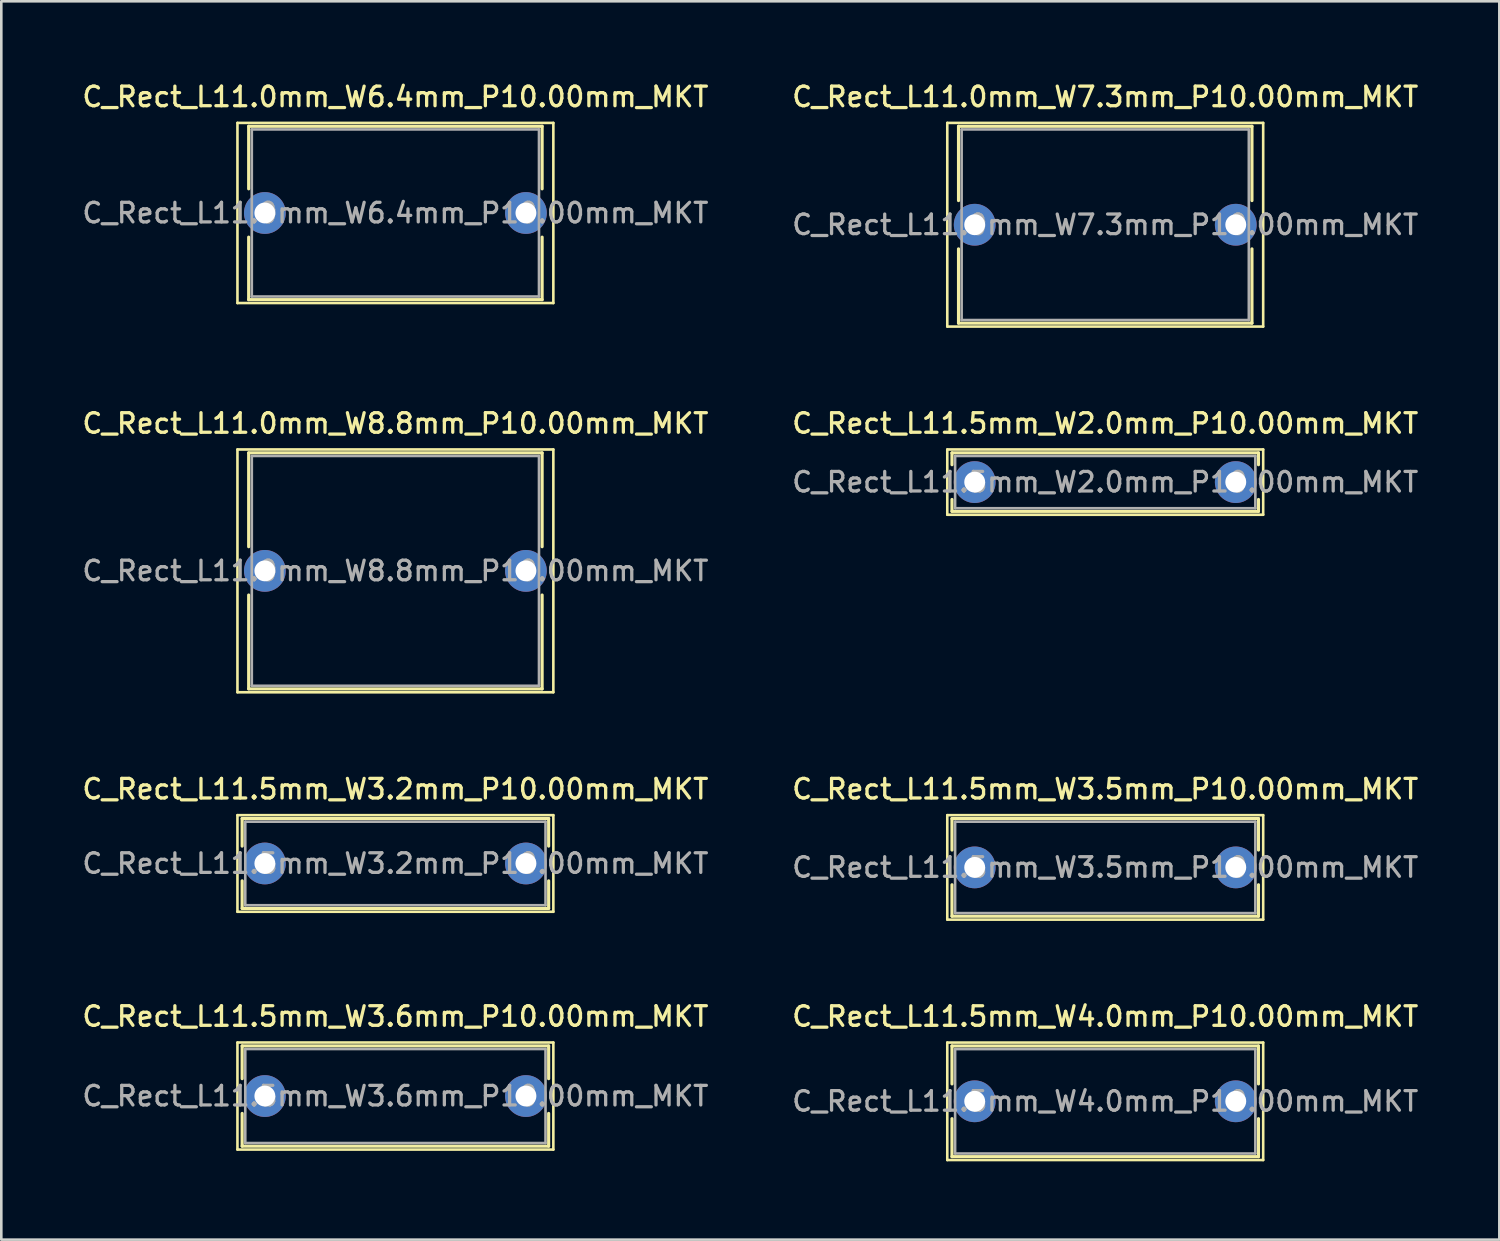
<source format=kicad_pcb>
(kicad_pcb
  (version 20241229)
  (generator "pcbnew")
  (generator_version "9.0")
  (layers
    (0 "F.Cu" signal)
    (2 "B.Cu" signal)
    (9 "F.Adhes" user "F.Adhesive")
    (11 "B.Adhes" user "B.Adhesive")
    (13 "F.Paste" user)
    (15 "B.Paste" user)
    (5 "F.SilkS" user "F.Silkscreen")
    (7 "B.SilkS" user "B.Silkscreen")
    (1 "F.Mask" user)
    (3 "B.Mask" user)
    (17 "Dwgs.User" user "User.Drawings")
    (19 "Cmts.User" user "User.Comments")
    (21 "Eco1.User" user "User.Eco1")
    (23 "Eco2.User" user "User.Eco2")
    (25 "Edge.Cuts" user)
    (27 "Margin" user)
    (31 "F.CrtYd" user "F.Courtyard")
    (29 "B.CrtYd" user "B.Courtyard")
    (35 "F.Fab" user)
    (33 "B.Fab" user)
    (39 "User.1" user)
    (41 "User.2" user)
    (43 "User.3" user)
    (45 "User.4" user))
  (footprint "C_Rect_L11.5mm_W4.0mm_P10.00mm_MKT"
    (layer "F.Cu")
    (at 34.284 39.133)
    (property "Reference" "C_Rect_L11.5mm_W4.0mm_P10.00mm_MKT" (at 5 -3.25 0) (layer "F.SilkS") (effects (font (size 0.75 0.75) (thickness 0.125))))
    (attr through_hole)
    (fp_line (start -1.05 -2.25) (end -1.05 2.25) (stroke (width 0.1) (type solid)) (layer "F.SilkS"))
    (fp_line (start -1.05 2.25) (end 11.05 2.25) (stroke (width 0.1) (type solid)) (layer "F.SilkS"))
    (fp_line (start -0.87 -2.12) (end -0.87 -0.665) (stroke (width 0.12) (type solid)) (layer "F.SilkS"))
    (fp_line (start -0.87 -2.12) (end 10.87 -2.12) (stroke (width 0.12) (type solid)) (layer "F.SilkS"))
    (fp_line (start -0.87 0.665) (end -0.87 2.12) (stroke (width 0.12) (type solid)) (layer "F.SilkS"))
    (fp_line (start -0.87 2.12) (end 10.87 2.12) (stroke (width 0.12) (type solid)) (layer "F.SilkS"))
    (fp_line (start 10.87 -2.12) (end 10.87 -0.665) (stroke (width 0.12) (type solid)) (layer "F.SilkS"))
    (fp_line (start 10.87 0.665) (end 10.87 2.12) (stroke (width 0.12) (type solid)) (layer "F.SilkS"))
    (fp_line (start 11.05 -2.25) (end -1.05 -2.25) (stroke (width 0.1) (type solid)) (layer "F.SilkS"))
    (fp_line (start 11.05 2.25) (end 11.05 -2.25) (stroke (width 0.1) (type solid)) (layer "F.SilkS"))
    (fp_line (start -0.75 -2) (end -0.75 2) (stroke (width 0.1) (type solid)) (layer "F.Fab"))
    (fp_line (start -0.75 2) (end 10.75 2) (stroke (width 0.1) (type solid)) (layer "F.Fab"))
    (fp_line (start 10.75 -2) (end -0.75 -2) (stroke (width 0.1) (type solid)) (layer "F.Fab"))
    (fp_line (start 10.75 2) (end 10.75 -2) (stroke (width 0.1) (type solid)) (layer "F.Fab"))
    (fp_text user "${REFERENCE}" (at 5 0 0) (layer "F.Fab") (effects (font (size 0.75 0.75) (thickness 0.125))))
    (pad "1" thru_hole circle (at 0 0) (size 1.6 1.6) (drill 0.8) (layers "*.Cu" "*.Mask"))
    (pad "2" thru_hole circle (at 10 0) (size 1.6 1.6) (drill 0.8) (layers "*.Cu" "*.Mask")))
  (footprint "C_Rect_L11.0mm_W7.3mm_P10.00mm_MKT"
    (layer "F.Cu")
    (at 34.284 5.558)
    (property "Reference" "C_Rect_L11.0mm_W7.3mm_P10.00mm_MKT" (at 5 -4.9 0) (layer "F.SilkS") (effects (font (size 0.75 0.75) (thickness 0.125))))
    (attr through_hole)
    (fp_line (start -1.05 -3.9) (end -1.05 3.9) (stroke (width 0.1) (type solid)) (layer "F.SilkS"))
    (fp_line (start -1.05 3.9) (end 11.05 3.9) (stroke (width 0.1) (type solid)) (layer "F.SilkS"))
    (fp_line (start -0.62 -3.77) (end -0.62 -0.925) (stroke (width 0.12) (type solid)) (layer "F.SilkS"))
    (fp_line (start -0.62 -3.77) (end 10.62 -3.77) (stroke (width 0.12) (type solid)) (layer "F.SilkS"))
    (fp_line (start -0.62 0.925) (end -0.62 3.77) (stroke (width 0.12) (type solid)) (layer "F.SilkS"))
    (fp_line (start -0.62 3.77) (end 10.62 3.77) (stroke (width 0.12) (type solid)) (layer "F.SilkS"))
    (fp_line (start 10.62 -3.77) (end 10.62 -0.925) (stroke (width 0.12) (type solid)) (layer "F.SilkS"))
    (fp_line (start 10.62 0.925) (end 10.62 3.77) (stroke (width 0.12) (type solid)) (layer "F.SilkS"))
    (fp_line (start 11.05 -3.9) (end -1.05 -3.9) (stroke (width 0.1) (type solid)) (layer "F.SilkS"))
    (fp_line (start 11.05 3.9) (end 11.05 -3.9) (stroke (width 0.1) (type solid)) (layer "F.SilkS"))
    (fp_line (start -0.5 -3.65) (end -0.5 3.65) (stroke (width 0.1) (type solid)) (layer "F.Fab"))
    (fp_line (start -0.5 3.65) (end 10.5 3.65) (stroke (width 0.1) (type solid)) (layer "F.Fab"))
    (fp_line (start 10.5 -3.65) (end -0.5 -3.65) (stroke (width 0.1) (type solid)) (layer "F.Fab"))
    (fp_line (start 10.5 3.65) (end 10.5 -3.65) (stroke (width 0.1) (type solid)) (layer "F.Fab"))
    (fp_text user "${REFERENCE}" (at 5 0 0) (layer "F.Fab") (effects (font (size 0.75 0.75) (thickness 0.125))))
    (pad "1" thru_hole circle (at 0 0) (size 1.6 1.6) (drill 0.8) (layers "*.Cu" "*.Mask"))
    (pad "2" thru_hole circle (at 10 0) (size 1.6 1.6) (drill 0.8) (layers "*.Cu" "*.Mask")))
  (footprint "C_Rect_L11.5mm_W3.2mm_P10.00mm_MKT"
    (layer "F.Cu")
    (at 7.095 30.024)
    (property "Reference" "C_Rect_L11.5mm_W3.2mm_P10.00mm_MKT" (at 5 -2.85 0) (layer "F.SilkS") (effects (font (size 0.75 0.75) (thickness 0.125))))
    (attr through_hole)
    (fp_line (start -1.05 -1.85) (end -1.05 1.85) (stroke (width 0.1) (type solid)) (layer "F.SilkS"))
    (fp_line (start -1.05 1.85) (end 11.05 1.85) (stroke (width 0.1) (type solid)) (layer "F.SilkS"))
    (fp_line (start -0.87 -1.721) (end -0.87 -0.665) (stroke (width 0.12) (type solid)) (layer "F.SilkS"))
    (fp_line (start -0.87 -1.721) (end 10.87 -1.721) (stroke (width 0.12) (type solid)) (layer "F.SilkS"))
    (fp_line (start -0.87 0.665) (end -0.87 1.721) (stroke (width 0.12) (type solid)) (layer "F.SilkS"))
    (fp_line (start -0.87 1.721) (end 10.87 1.721) (stroke (width 0.12) (type solid)) (layer "F.SilkS"))
    (fp_line (start 10.87 -1.721) (end 10.87 -0.665) (stroke (width 0.12) (type solid)) (layer "F.SilkS"))
    (fp_line (start 10.87 0.665) (end 10.87 1.721) (stroke (width 0.12) (type solid)) (layer "F.SilkS"))
    (fp_line (start 11.05 -1.85) (end -1.05 -1.85) (stroke (width 0.1) (type solid)) (layer "F.SilkS"))
    (fp_line (start 11.05 1.85) (end 11.05 -1.85) (stroke (width 0.1) (type solid)) (layer "F.SilkS"))
    (fp_line (start -0.75 -1.6) (end -0.75 1.6) (stroke (width 0.1) (type solid)) (layer "F.Fab"))
    (fp_line (start -0.75 1.6) (end 10.75 1.6) (stroke (width 0.1) (type solid)) (layer "F.Fab"))
    (fp_line (start 10.75 -1.6) (end -0.75 -1.6) (stroke (width 0.1) (type solid)) (layer "F.Fab"))
    (fp_line (start 10.75 1.6) (end 10.75 -1.6) (stroke (width 0.1) (type solid)) (layer "F.Fab"))
    (fp_text user "${REFERENCE}" (at 5 0 0) (layer "F.Fab") (effects (font (size 0.75 0.75) (thickness 0.125))))
    (pad "1" thru_hole circle (at 0 0) (size 1.6 1.6) (drill 0.8) (layers "*.Cu" "*.Mask"))
    (pad "2" thru_hole circle (at 10 0) (size 1.6 1.6) (drill 0.8) (layers "*.Cu" "*.Mask")))
  (footprint "C_Rect_L11.0mm_W6.4mm_P10.00mm_MKT"
    (layer "F.Cu")
    (at 7.095 5.108)
    (property "Reference" "C_Rect_L11.0mm_W6.4mm_P10.00mm_MKT" (at 5 -4.45 0) (layer "F.SilkS") (effects (font (size 0.75 0.75) (thickness 0.125))))
    (attr through_hole)
    (fp_line (start -1.05 -3.45) (end -1.05 3.45) (stroke (width 0.1) (type solid)) (layer "F.SilkS"))
    (fp_line (start -1.05 3.45) (end 11.05 3.45) (stroke (width 0.1) (type solid)) (layer "F.SilkS"))
    (fp_line (start -0.62 -3.32) (end -0.62 -0.925) (stroke (width 0.12) (type solid)) (layer "F.SilkS"))
    (fp_line (start -0.62 -3.32) (end 10.62 -3.32) (stroke (width 0.12) (type solid)) (layer "F.SilkS"))
    (fp_line (start -0.62 0.925) (end -0.62 3.32) (stroke (width 0.12) (type solid)) (layer "F.SilkS"))
    (fp_line (start -0.62 3.32) (end 10.62 3.32) (stroke (width 0.12) (type solid)) (layer "F.SilkS"))
    (fp_line (start 10.62 -3.32) (end 10.62 -0.925) (stroke (width 0.12) (type solid)) (layer "F.SilkS"))
    (fp_line (start 10.62 0.925) (end 10.62 3.32) (stroke (width 0.12) (type solid)) (layer "F.SilkS"))
    (fp_line (start 11.05 -3.45) (end -1.05 -3.45) (stroke (width 0.1) (type solid)) (layer "F.SilkS"))
    (fp_line (start 11.05 3.45) (end 11.05 -3.45) (stroke (width 0.1) (type solid)) (layer "F.SilkS"))
    (fp_line (start -0.5 -3.2) (end -0.5 3.2) (stroke (width 0.1) (type solid)) (layer "F.Fab"))
    (fp_line (start -0.5 3.2) (end 10.5 3.2) (stroke (width 0.1) (type solid)) (layer "F.Fab"))
    (fp_line (start 10.5 -3.2) (end -0.5 -3.2) (stroke (width 0.1) (type solid)) (layer "F.Fab"))
    (fp_line (start 10.5 3.2) (end 10.5 -3.2) (stroke (width 0.1) (type solid)) (layer "F.Fab"))
    (fp_text user "${REFERENCE}" (at 5 0 0) (layer "F.Fab") (effects (font (size 0.75 0.75) (thickness 0.125))))
    (pad "1" thru_hole circle (at 0 0) (size 1.6 1.6) (drill 0.8) (layers "*.Cu" "*.Mask"))
    (pad "2" thru_hole circle (at 10 0) (size 1.6 1.6) (drill 0.8) (layers "*.Cu" "*.Mask")))
  (footprint "C_Rect_L11.5mm_W3.6mm_P10.00mm_MKT"
    (layer "F.Cu")
    (at 7.095 38.932)
    (property "Reference" "C_Rect_L11.5mm_W3.6mm_P10.00mm_MKT" (at 5 -3.05 0) (layer "F.SilkS") (effects (font (size 0.75 0.75) (thickness 0.125))))
    (attr through_hole)
    (fp_line (start -1.05 -2.05) (end -1.05 2.05) (stroke (width 0.1) (type solid)) (layer "F.SilkS"))
    (fp_line (start -1.05 2.05) (end 11.05 2.05) (stroke (width 0.1) (type solid)) (layer "F.SilkS"))
    (fp_line (start -0.87 -1.92) (end -0.87 -0.665) (stroke (width 0.12) (type solid)) (layer "F.SilkS"))
    (fp_line (start -0.87 -1.92) (end 10.87 -1.92) (stroke (width 0.12) (type solid)) (layer "F.SilkS"))
    (fp_line (start -0.87 0.665) (end -0.87 1.92) (stroke (width 0.12) (type solid)) (layer "F.SilkS"))
    (fp_line (start -0.87 1.92) (end 10.87 1.92) (stroke (width 0.12) (type solid)) (layer "F.SilkS"))
    (fp_line (start 10.87 -1.92) (end 10.87 -0.665) (stroke (width 0.12) (type solid)) (layer "F.SilkS"))
    (fp_line (start 10.87 0.665) (end 10.87 1.92) (stroke (width 0.12) (type solid)) (layer "F.SilkS"))
    (fp_line (start 11.05 -2.05) (end -1.05 -2.05) (stroke (width 0.1) (type solid)) (layer "F.SilkS"))
    (fp_line (start 11.05 2.05) (end 11.05 -2.05) (stroke (width 0.1) (type solid)) (layer "F.SilkS"))
    (fp_line (start -0.75 -1.8) (end -0.75 1.8) (stroke (width 0.1) (type solid)) (layer "F.Fab"))
    (fp_line (start -0.75 1.8) (end 10.75 1.8) (stroke (width 0.1) (type solid)) (layer "F.Fab"))
    (fp_line (start 10.75 -1.8) (end -0.75 -1.8) (stroke (width 0.1) (type solid)) (layer "F.Fab"))
    (fp_line (start 10.75 1.8) (end 10.75 -1.8) (stroke (width 0.1) (type solid)) (layer "F.Fab"))
    (fp_text user "${REFERENCE}" (at 5 0 0) (layer "F.Fab") (effects (font (size 0.75 0.75) (thickness 0.125))))
    (pad "1" thru_hole circle (at 0 0) (size 1.6 1.6) (drill 0.8) (layers "*.Cu" "*.Mask"))
    (pad "2" thru_hole circle (at 10 0) (size 1.6 1.6) (drill 0.8) (layers "*.Cu" "*.Mask")))
  (footprint "C_Rect_L11.5mm_W3.5mm_P10.00mm_MKT"
    (layer "F.Cu")
    (at 34.284 30.174)
    (property "Reference" "C_Rect_L11.5mm_W3.5mm_P10.00mm_MKT" (at 5 -3 0) (layer "F.SilkS") (effects (font (size 0.75 0.75) (thickness 0.125))))
    (attr through_hole)
    (fp_line (start -1.05 -2) (end -1.05 2) (stroke (width 0.1) (type solid)) (layer "F.SilkS"))
    (fp_line (start -1.05 2) (end 11.05 2) (stroke (width 0.1) (type solid)) (layer "F.SilkS"))
    (fp_line (start -0.87 -1.87) (end -0.87 -0.665) (stroke (width 0.12) (type solid)) (layer "F.SilkS"))
    (fp_line (start -0.87 -1.87) (end 10.87 -1.87) (stroke (width 0.12) (type solid)) (layer "F.SilkS"))
    (fp_line (start -0.87 0.665) (end -0.87 1.87) (stroke (width 0.12) (type solid)) (layer "F.SilkS"))
    (fp_line (start -0.87 1.87) (end 10.87 1.87) (stroke (width 0.12) (type solid)) (layer "F.SilkS"))
    (fp_line (start 10.87 -1.87) (end 10.87 -0.665) (stroke (width 0.12) (type solid)) (layer "F.SilkS"))
    (fp_line (start 10.87 0.665) (end 10.87 1.87) (stroke (width 0.12) (type solid)) (layer "F.SilkS"))
    (fp_line (start 11.05 -2) (end -1.05 -2) (stroke (width 0.1) (type solid)) (layer "F.SilkS"))
    (fp_line (start 11.05 2) (end 11.05 -2) (stroke (width 0.1) (type solid)) (layer "F.SilkS"))
    (fp_line (start -0.75 -1.75) (end -0.75 1.75) (stroke (width 0.1) (type solid)) (layer "F.Fab"))
    (fp_line (start -0.75 1.75) (end 10.75 1.75) (stroke (width 0.1) (type solid)) (layer "F.Fab"))
    (fp_line (start 10.75 -1.75) (end -0.75 -1.75) (stroke (width 0.1) (type solid)) (layer "F.Fab"))
    (fp_line (start 10.75 1.75) (end 10.75 -1.75) (stroke (width 0.1) (type solid)) (layer "F.Fab"))
    (fp_text user "${REFERENCE}" (at 5 0 0) (layer "F.Fab") (effects (font (size 0.75 0.75) (thickness 0.125))))
    (pad "1" thru_hole circle (at 0 0) (size 1.6 1.6) (drill 0.8) (layers "*.Cu" "*.Mask"))
    (pad "2" thru_hole circle (at 10 0) (size 1.6 1.6) (drill 0.8) (layers "*.Cu" "*.Mask")))
  (footprint "C_Rect_L11.5mm_W2.0mm_P10.00mm_MKT"
    (layer "F.Cu")
    (at 34.284 15.416)
    (property "Reference" "C_Rect_L11.5mm_W2.0mm_P10.00mm_MKT" (at 5 -2.25 0) (layer "F.SilkS") (effects (font (size 0.75 0.75) (thickness 0.125))))
    (attr through_hole)
    (fp_line (start -1.05 -1.25) (end -1.05 1.25) (stroke (width 0.1) (type solid)) (layer "F.SilkS"))
    (fp_line (start -1.05 1.25) (end 11.05 1.25) (stroke (width 0.1) (type solid)) (layer "F.SilkS"))
    (fp_line (start -0.87 -1.12) (end -0.87 -0.665) (stroke (width 0.12) (type solid)) (layer "F.SilkS"))
    (fp_line (start -0.87 -1.12) (end 10.87 -1.12) (stroke (width 0.12) (type solid)) (layer "F.SilkS"))
    (fp_line (start -0.87 0.665) (end -0.87 1.12) (stroke (width 0.12) (type solid)) (layer "F.SilkS"))
    (fp_line (start -0.87 1.12) (end 10.87 1.12) (stroke (width 0.12) (type solid)) (layer "F.SilkS"))
    (fp_line (start 10.87 -1.12) (end 10.87 -0.665) (stroke (width 0.12) (type solid)) (layer "F.SilkS"))
    (fp_line (start 10.87 0.665) (end 10.87 1.12) (stroke (width 0.12) (type solid)) (layer "F.SilkS"))
    (fp_line (start 11.05 -1.25) (end -1.05 -1.25) (stroke (width 0.1) (type solid)) (layer "F.SilkS"))
    (fp_line (start 11.05 1.25) (end 11.05 -1.25) (stroke (width 0.1) (type solid)) (layer "F.SilkS"))
    (fp_line (start -0.75 -1) (end -0.75 1) (stroke (width 0.1) (type solid)) (layer "F.Fab"))
    (fp_line (start -0.75 1) (end 10.75 1) (stroke (width 0.1) (type solid)) (layer "F.Fab"))
    (fp_line (start 10.75 -1) (end -0.75 -1) (stroke (width 0.1) (type solid)) (layer "F.Fab"))
    (fp_line (start 10.75 1) (end 10.75 -1) (stroke (width 0.1) (type solid)) (layer "F.Fab"))
    (fp_text user "${REFERENCE}" (at 5 0 0) (layer "F.Fab") (effects (font (size 0.75 0.75) (thickness 0.125))))
    (pad "1" thru_hole circle (at 0 0) (size 1.6 1.6) (drill 0.8) (layers "*.Cu" "*.Mask"))
    (pad "2" thru_hole circle (at 10 0) (size 1.6 1.6) (drill 0.8) (layers "*.Cu" "*.Mask")))
  (footprint "C_Rect_L11.0mm_W8.8mm_P10.00mm_MKT"
    (layer "F.Cu")
    (at 7.095 18.816)
    (property "Reference" "C_Rect_L11.0mm_W8.8mm_P10.00mm_MKT" (at 5 -5.65 0) (layer "F.SilkS") (effects (font (size 0.75 0.75) (thickness 0.125))))
    (attr through_hole)
    (fp_line (start -1.05 -4.65) (end -1.05 4.65) (stroke (width 0.1) (type solid)) (layer "F.SilkS"))
    (fp_line (start -1.05 4.65) (end 11.05 4.65) (stroke (width 0.1) (type solid)) (layer "F.SilkS"))
    (fp_line (start -0.62 -4.52) (end -0.62 -0.925) (stroke (width 0.12) (type solid)) (layer "F.SilkS"))
    (fp_line (start -0.62 -4.52) (end 10.62 -4.52) (stroke (width 0.12) (type solid)) (layer "F.SilkS"))
    (fp_line (start -0.62 0.925) (end -0.62 4.52) (stroke (width 0.12) (type solid)) (layer "F.SilkS"))
    (fp_line (start -0.62 4.52) (end 10.62 4.52) (stroke (width 0.12) (type solid)) (layer "F.SilkS"))
    (fp_line (start 10.62 -4.52) (end 10.62 -0.925) (stroke (width 0.12) (type solid)) (layer "F.SilkS"))
    (fp_line (start 10.62 0.925) (end 10.62 4.52) (stroke (width 0.12) (type solid)) (layer "F.SilkS"))
    (fp_line (start 11.05 -4.65) (end -1.05 -4.65) (stroke (width 0.1) (type solid)) (layer "F.SilkS"))
    (fp_line (start 11.05 4.65) (end 11.05 -4.65) (stroke (width 0.1) (type solid)) (layer "F.SilkS"))
    (fp_line (start -0.5 -4.4) (end -0.5 4.4) (stroke (width 0.1) (type solid)) (layer "F.Fab"))
    (fp_line (start -0.5 4.4) (end 10.5 4.4) (stroke (width 0.1) (type solid)) (layer "F.Fab"))
    (fp_line (start 10.5 -4.4) (end -0.5 -4.4) (stroke (width 0.1) (type solid)) (layer "F.Fab"))
    (fp_line (start 10.5 4.4) (end 10.5 -4.4) (stroke (width 0.1) (type solid)) (layer "F.Fab"))
    (fp_text user "${REFERENCE}" (at 5 0 0) (layer "F.Fab") (effects (font (size 0.75 0.75) (thickness 0.125))))
    (pad "1" thru_hole circle (at 0 0) (size 1.6 1.6) (drill 0.8) (layers "*.Cu" "*.Mask"))
    (pad "2" thru_hole circle (at 10 0) (size 1.6 1.6) (drill 0.8) (layers "*.Cu" "*.Mask")))
  (gr_rect
    (start -3 -3)
    (end 54.379 44.432)
    (stroke (width 0.1) (type default))
    (fill no)
    (layer "Edge.Cuts")))
</source>
